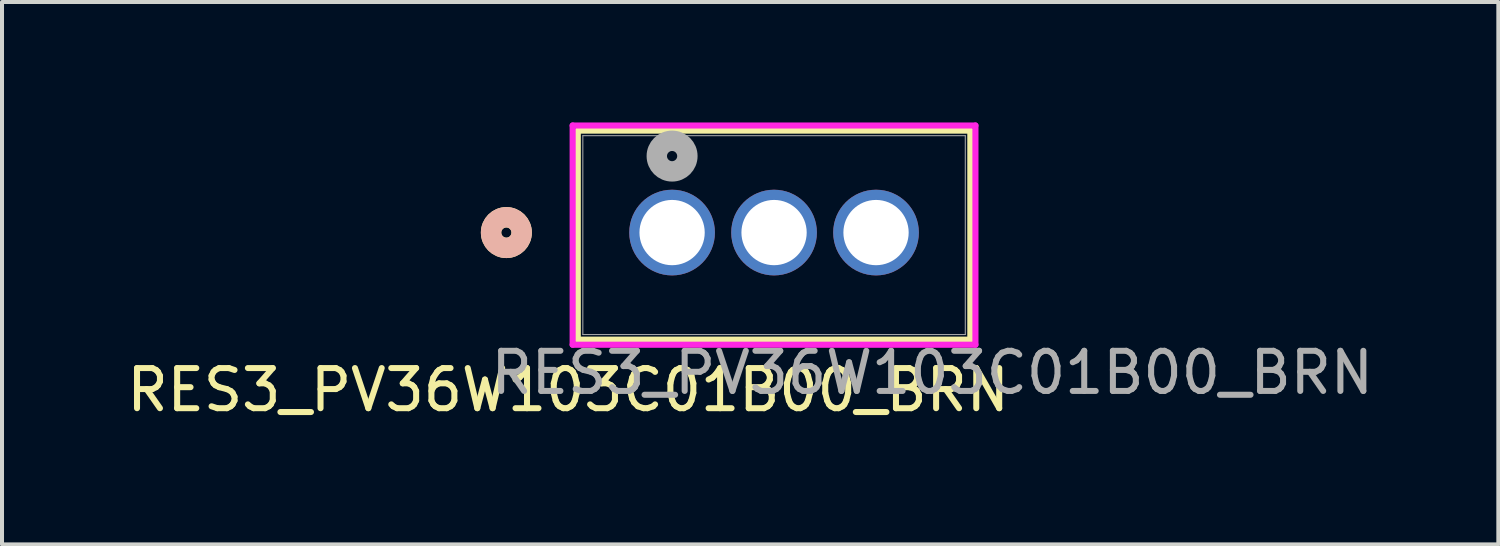
<source format=kicad_pcb>
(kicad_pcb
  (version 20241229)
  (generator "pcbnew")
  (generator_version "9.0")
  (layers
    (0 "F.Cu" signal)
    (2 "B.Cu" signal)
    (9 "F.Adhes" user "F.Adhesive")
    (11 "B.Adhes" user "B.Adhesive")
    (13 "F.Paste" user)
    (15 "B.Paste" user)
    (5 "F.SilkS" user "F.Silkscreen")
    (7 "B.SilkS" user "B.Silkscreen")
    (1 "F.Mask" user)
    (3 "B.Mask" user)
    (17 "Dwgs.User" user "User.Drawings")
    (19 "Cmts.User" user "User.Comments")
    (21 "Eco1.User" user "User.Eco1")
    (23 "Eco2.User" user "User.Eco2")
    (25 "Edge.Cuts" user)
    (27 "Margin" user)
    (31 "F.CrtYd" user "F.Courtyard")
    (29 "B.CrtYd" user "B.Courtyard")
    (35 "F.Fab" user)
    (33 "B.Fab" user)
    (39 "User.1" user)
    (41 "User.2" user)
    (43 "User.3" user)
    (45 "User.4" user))
  (footprint "RES3_PV36W103C01B00_BRN"
    (layer "F.Cu")
    (at 13.691 2.743)
    (property "Reference" "RES3_PV36W103C01B00_BRN" (at -2.59 3.92 0) (unlocked yes) (layer "F.SilkS") (effects (font (size 1 1) (thickness 0.15))))
    (attr through_hole)
    (fp_line (start -2.349 -2.54) (end -2.349 2.667) (stroke (width 0.152) (type solid)) (layer "F.SilkS"))
    (fp_line (start -2.349 2.667) (end 7.429 2.667) (stroke (width 0.152) (type solid)) (layer "F.SilkS"))
    (fp_line (start 7.429 -2.54) (end -2.349 -2.54) (stroke (width 0.152) (type solid)) (layer "F.SilkS"))
    (fp_line (start 7.429 2.667) (end 7.429 -2.54) (stroke (width 0.152) (type solid)) (layer "F.SilkS"))
    (fp_circle (center -4.128 0) (end -3.747 0) (stroke (width 0.508) (type solid)) (fill no) (layer "F.SilkS"))
    (fp_circle (center -4.128 0) (end -3.747 0) (stroke (width 0.508) (type solid)) (fill no) (layer "B.SilkS"))
    (fp_line (start -2.477 -2.667) (end -2.477 2.794) (stroke (width 0.152) (type solid)) (layer "F.CrtYd"))
    (fp_line (start -2.477 2.794) (end 7.556 2.794) (stroke (width 0.152) (type solid)) (layer "F.CrtYd"))
    (fp_line (start 7.556 -2.667) (end -2.477 -2.667) (stroke (width 0.152) (type solid)) (layer "F.CrtYd"))
    (fp_line (start 7.556 2.794) (end 7.556 -2.667) (stroke (width 0.152) (type solid)) (layer "F.CrtYd"))
    (fp_line (start -2.223 -2.413) (end -2.223 2.54) (stroke (width 0.025) (type solid)) (layer "F.Fab"))
    (fp_line (start -2.223 2.54) (end 7.303 2.54) (stroke (width 0.025) (type solid)) (layer "F.Fab"))
    (fp_line (start 7.303 -2.413) (end -2.223 -2.413) (stroke (width 0.025) (type solid)) (layer "F.Fab"))
    (fp_line (start 7.303 2.54) (end 7.303 -2.413) (stroke (width 0.025) (type solid)) (layer "F.Fab"))
    (fp_circle (center 0 -1.905) (end 0.381 -1.905) (stroke (width 0.508) (type solid)) (fill no) (layer "F.Fab"))
    (fp_text user "${REFERENCE}" (at 6.48 3.49 0) (unlocked yes) (layer "F.Fab") (effects (font (size 1 1) (thickness 0.15))))
    (pad "1" thru_hole circle (at 0 0) (size 2.134 2.134) (drill 1.626) (layers "*.Cu" "*.Mask"))
    (pad "2" thru_hole circle (at 2.54 0) (size 2.134 2.134) (drill 1.626) (layers "*.Cu" "*.Mask"))
    (pad "3" thru_hole circle (at 5.08 0) (size 2.134 2.134) (drill 1.626) (layers "*.Cu" "*.Mask")))
  (gr_rect
    (start -3 -3)
    (end 34.272 10.511)
    (stroke (width 0.1) (type default))
    (fill no)
    (layer "Edge.Cuts")))
</source>
